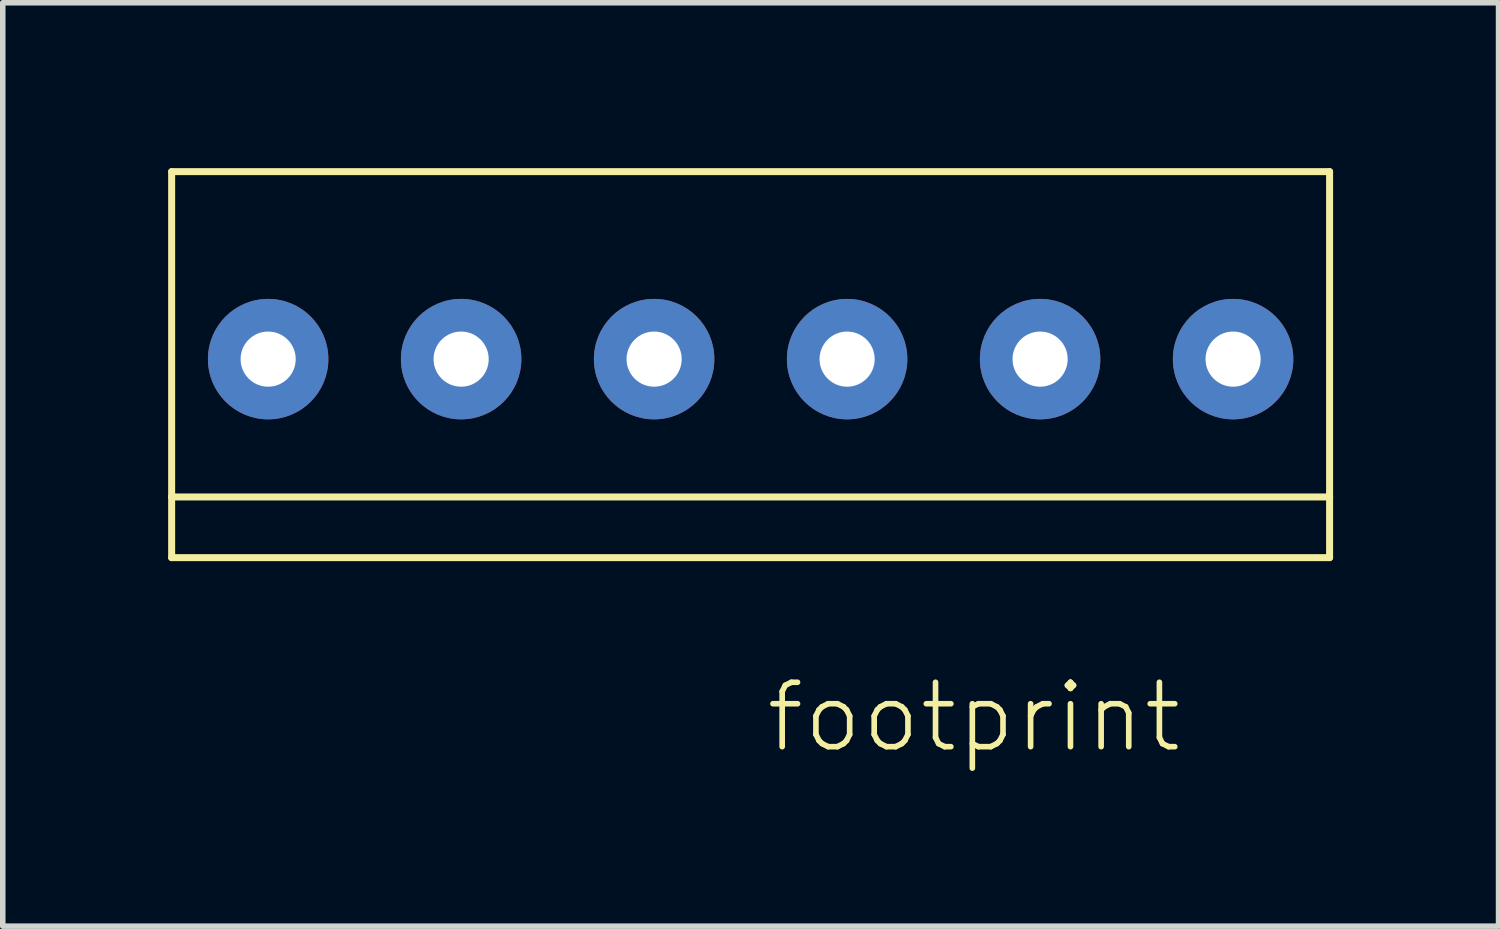
<source format=kicad_pcb>
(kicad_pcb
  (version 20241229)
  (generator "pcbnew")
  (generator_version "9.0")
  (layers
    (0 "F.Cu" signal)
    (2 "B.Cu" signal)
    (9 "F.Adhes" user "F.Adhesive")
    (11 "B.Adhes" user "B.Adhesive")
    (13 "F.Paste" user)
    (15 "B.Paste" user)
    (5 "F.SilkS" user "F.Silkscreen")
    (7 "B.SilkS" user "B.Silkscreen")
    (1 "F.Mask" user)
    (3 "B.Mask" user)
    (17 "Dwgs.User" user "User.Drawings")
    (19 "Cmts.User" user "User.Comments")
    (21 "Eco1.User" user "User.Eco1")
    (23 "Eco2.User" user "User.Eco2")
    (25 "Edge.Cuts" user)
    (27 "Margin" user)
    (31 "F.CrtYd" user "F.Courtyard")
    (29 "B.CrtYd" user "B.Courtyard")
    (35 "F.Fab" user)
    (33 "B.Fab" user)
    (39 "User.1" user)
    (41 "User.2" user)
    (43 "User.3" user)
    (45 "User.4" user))
  (footprint "footprint"
    (layer "F.Cu")
    (at 10.563 3.463)
    (property "Reference" "footprint" (at 7.87 5.81 0) (layer "F.SilkS") (effects (font (size 1.168 1.168) (thickness 0.102)) (justify right top)))
    (fp_line (start -10.5 -3.4) (end -10.5 2.5) (stroke (width 0.127) (type solid)) (layer "F.SilkS"))
    (fp_line (start -10.5 2.5) (end -10.5 3.6) (stroke (width 0.127) (type solid)) (layer "F.SilkS"))
    (fp_line (start -10.5 2.5) (end 10.5 2.5) (stroke (width 0.127) (type solid)) (layer "F.SilkS"))
    (fp_line (start -10.5 3.6) (end 10.5 3.6) (stroke (width 0.127) (type solid)) (layer "F.SilkS"))
    (fp_line (start 10.5 -3.4) (end -10.5 -3.4) (stroke (width 0.127) (type solid)) (layer "F.SilkS"))
    (fp_line (start 10.5 2.5) (end 10.5 -3.4) (stroke (width 0.127) (type solid)) (layer "F.SilkS"))
    (fp_line (start 10.5 3.6) (end 10.5 2.5) (stroke (width 0.127) (type solid)) (layer "F.SilkS"))
    (pad "1" thru_hole circle (at -8.75 0) (size 2.184 2.184) (drill 1) (layers "*.Cu" "*.Mask"))
    (pad "2" thru_hole circle (at -5.25 0) (size 2.184 2.184) (drill 1) (layers "*.Cu" "*.Mask"))
    (pad "3" thru_hole circle (at -1.75 0) (size 2.184 2.184) (drill 1) (layers "*.Cu" "*.Mask"))
    (pad "4" thru_hole circle (at 1.75 0) (size 2.184 2.184) (drill 1) (layers "*.Cu" "*.Mask"))
    (pad "5" thru_hole circle (at 5.25 0) (size 2.184 2.184) (drill 1) (layers "*.Cu" "*.Mask"))
    (pad "6" thru_hole circle (at 8.75 0) (size 2.184 2.184) (drill 1) (layers "*.Cu" "*.Mask")))
  (gr_rect
    (start -3 -3)
    (end 24.127 13.747)
    (stroke (width 0.1) (type default))
    (fill no)
    (layer "Edge.Cuts")))
</source>
